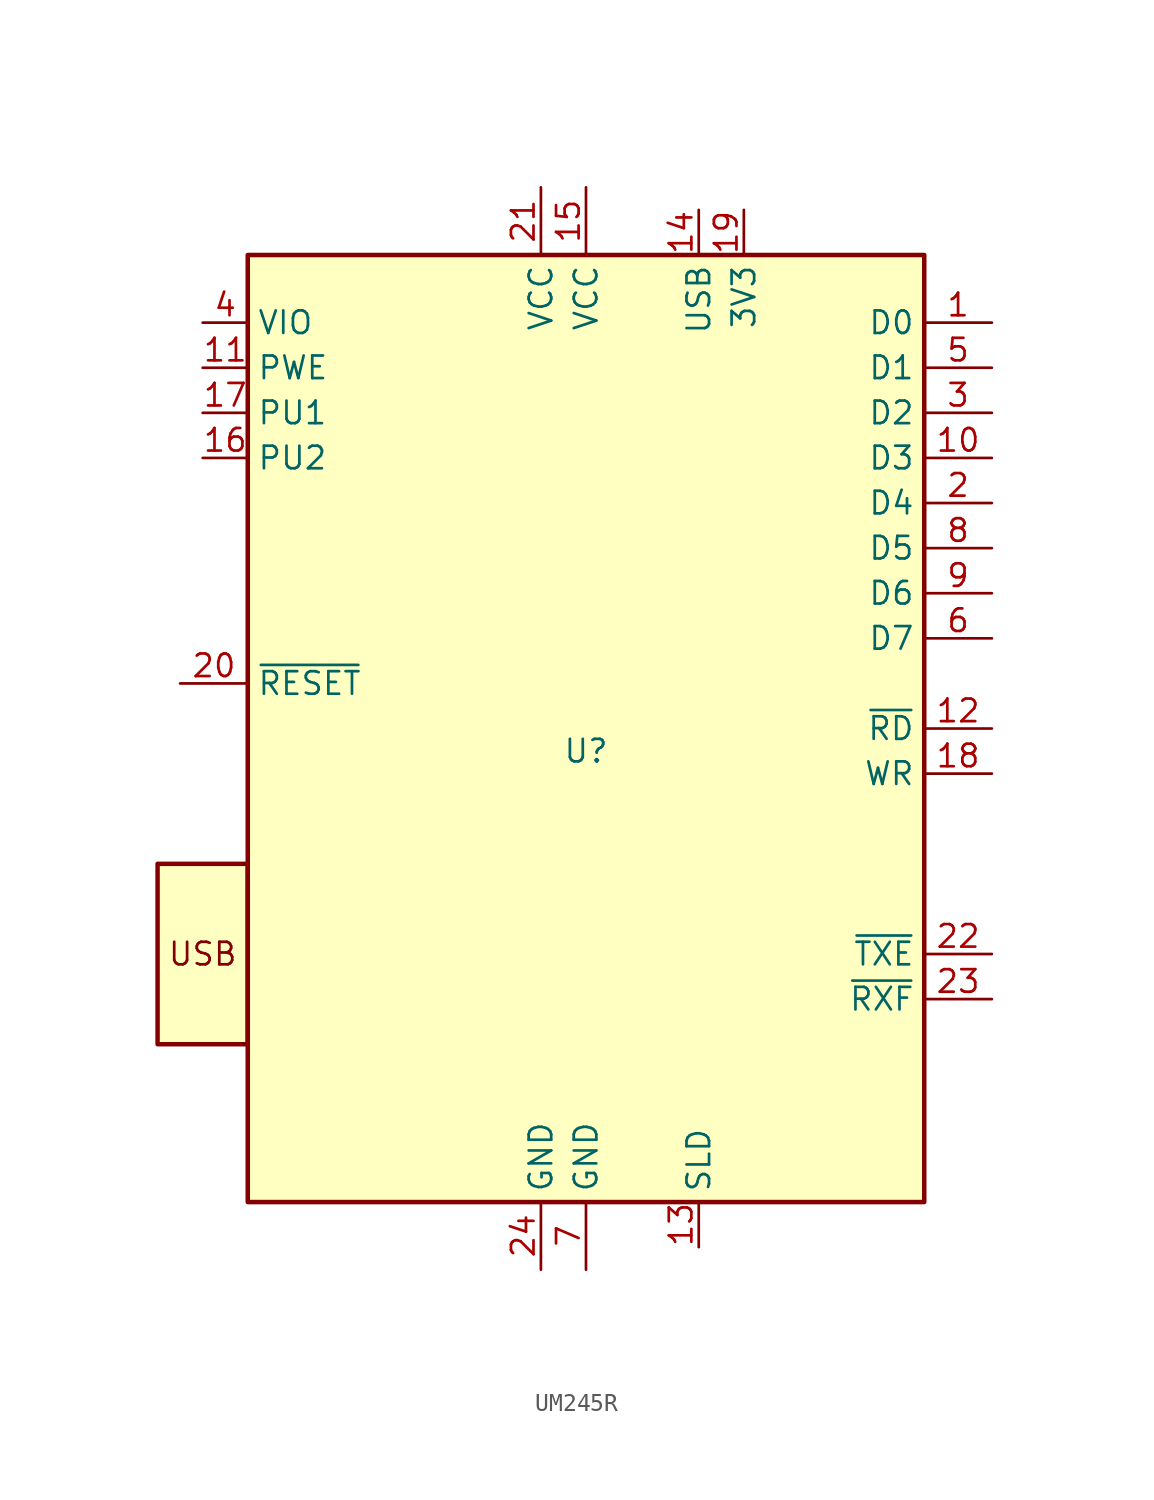
<source format=kicad_sym>
(kicad_symbol_lib
  (version 20220914)
  (generator kicad_symbol_editor)
  (symbol "UM245R"
    (property "Reference" "U"
      (at 1.27 0 0)
      (effects (font (size 1.27 1.27))))
    (property "Value" ""
      (at 1.27 0 0)
      (effects (font (size 1.27 1.27))))
    (symbol "UM245R_0_1"
      (rectangle (start -17.78 -25.4) (end 20.32 27.94) (stroke (width 0.254) (type default)) (fill (type background))))
    (symbol "UM245R_1_1"
      (rectangle (start -22.86 -16.51) (end -17.78 -6.35) (stroke (width 0.25) (type default)) (fill (type background)))
      (text "USB" (at -20.32 -11.43 0) (effects (font (size 1.27 1.27))))
      (pin bidirectional line (at 24.13 24.13 180) (length 3.81) (name "D0" (effects (font (size 1.27 1.27)))) (number "1" (effects (font (size 1.27 1.27)))))
      (pin bidirectional line (at 24.13 16.51 180) (length 3.81) (name "D3" (effects (font (size 1.27 1.27)))) (number "10" (effects (font (size 1.27 1.27)))))
      (pin bidirectional line (at -20.32 21.59 0) (length 2.54) (name "PWE" (effects (font (size 1.27 1.27)))) (number "11" (effects (font (size 1.27 1.27)))))
      (pin input line (at 24.13 1.27 180) (length 3.81) (name "~{RD}" (effects (font (size 1.27 1.27)))) (number "12" (effects (font (size 1.27 1.27)))))
      (pin unspecified line (at 7.62 -27.94 90) (length 2.54) (name "SLD" (effects (font (size 1.27 1.27)))) (number "13" (effects (font (size 1.27 1.27)))))
      (pin power_out line (at 7.62 30.48 270) (length 2.54) (name "USB" (effects (font (size 1.27 1.27)))) (number "14" (effects (font (size 1.27 1.27)))))
      (pin power_out line (at 1.27 31.75 270) (length 3.81) (name "VCC" (effects (font (size 1.27 1.27)))) (number "15" (effects (font (size 1.27 1.27)))))
      (pin unspecified line (at -20.32 16.51 0) (length 2.54) (name "PU2" (effects (font (size 1.27 1.27)))) (number "16" (effects (font (size 1.27 1.27)))))
      (pin unspecified line (at -20.32 19.05 0) (length 2.54) (name "PU1" (effects (font (size 1.27 1.27)))) (number "17" (effects (font (size 1.27 1.27)))))
      (pin input line (at 24.13 -1.27 180) (length 3.81) (name "WR" (effects (font (size 1.27 1.27)))) (number "18" (effects (font (size 1.27 1.27)))))
      (pin power_out line (at 10.16 30.48 270) (length 2.54) (name "3V3" (effects (font (size 1.27 1.27)))) (number "19" (effects (font (size 1.27 1.27)))))
      (pin bidirectional line (at 24.13 13.97 180) (length 3.81) (name "D4" (effects (font (size 1.27 1.27)))) (number "2" (effects (font (size 1.27 1.27)))))
      (pin input line (at -21.59 3.81 0) (length 3.81) (name "~{RESET}" (effects (font (size 1.27 1.27)))) (number "20" (effects (font (size 1.27 1.27)))))
      (pin power_out line (at -1.27 31.75 270) (length 3.81) (name "VCC" (effects (font (size 1.27 1.27)))) (number "21" (effects (font (size 1.27 1.27)))))
      (pin output line (at 24.13 -11.43 180) (length 3.81) (name "~{TXE}" (effects (font (size 1.27 1.27)))) (number "22" (effects (font (size 1.27 1.27)))))
      (pin output line (at 24.13 -13.97 180) (length 3.81) (name "~{RXF}" (effects (font (size 1.27 1.27)))) (number "23" (effects (font (size 1.27 1.27)))))
      (pin power_out line (at -1.27 -29.21 90) (length 3.81) (name "GND" (effects (font (size 1.27 1.27)))) (number "24" (effects (font (size 1.27 1.27)))))
      (pin bidirectional line (at 24.13 19.05 180) (length 3.81) (name "D2" (effects (font (size 1.27 1.27)))) (number "3" (effects (font (size 1.27 1.27)))))
      (pin power_in line (at -20.32 24.13 0) (length 2.54) (name "VIO" (effects (font (size 1.27 1.27)))) (number "4" (effects (font (size 1.27 1.27)))))
      (pin bidirectional line (at 24.13 21.59 180) (length 3.81) (name "D1" (effects (font (size 1.27 1.27)))) (number "5" (effects (font (size 1.27 1.27)))))
      (pin bidirectional line (at 24.13 6.35 180) (length 3.81) (name "D7" (effects (font (size 1.27 1.27)))) (number "6" (effects (font (size 1.27 1.27)))))
      (pin power_out line (at 1.27 -29.21 90) (length 3.81) (name "GND" (effects (font (size 1.27 1.27)))) (number "7" (effects (font (size 1.27 1.27)))))
      (pin bidirectional line (at 24.13 11.43 180) (length 3.81) (name "D5" (effects (font (size 1.27 1.27)))) (number "8" (effects (font (size 1.27 1.27)))))
      (pin bidirectional line (at 24.13 8.89 180) (length 3.81) (name "D6" (effects (font (size 1.27 1.27)))) (number "9" (effects (font (size 1.27 1.27))))))))
</source>
